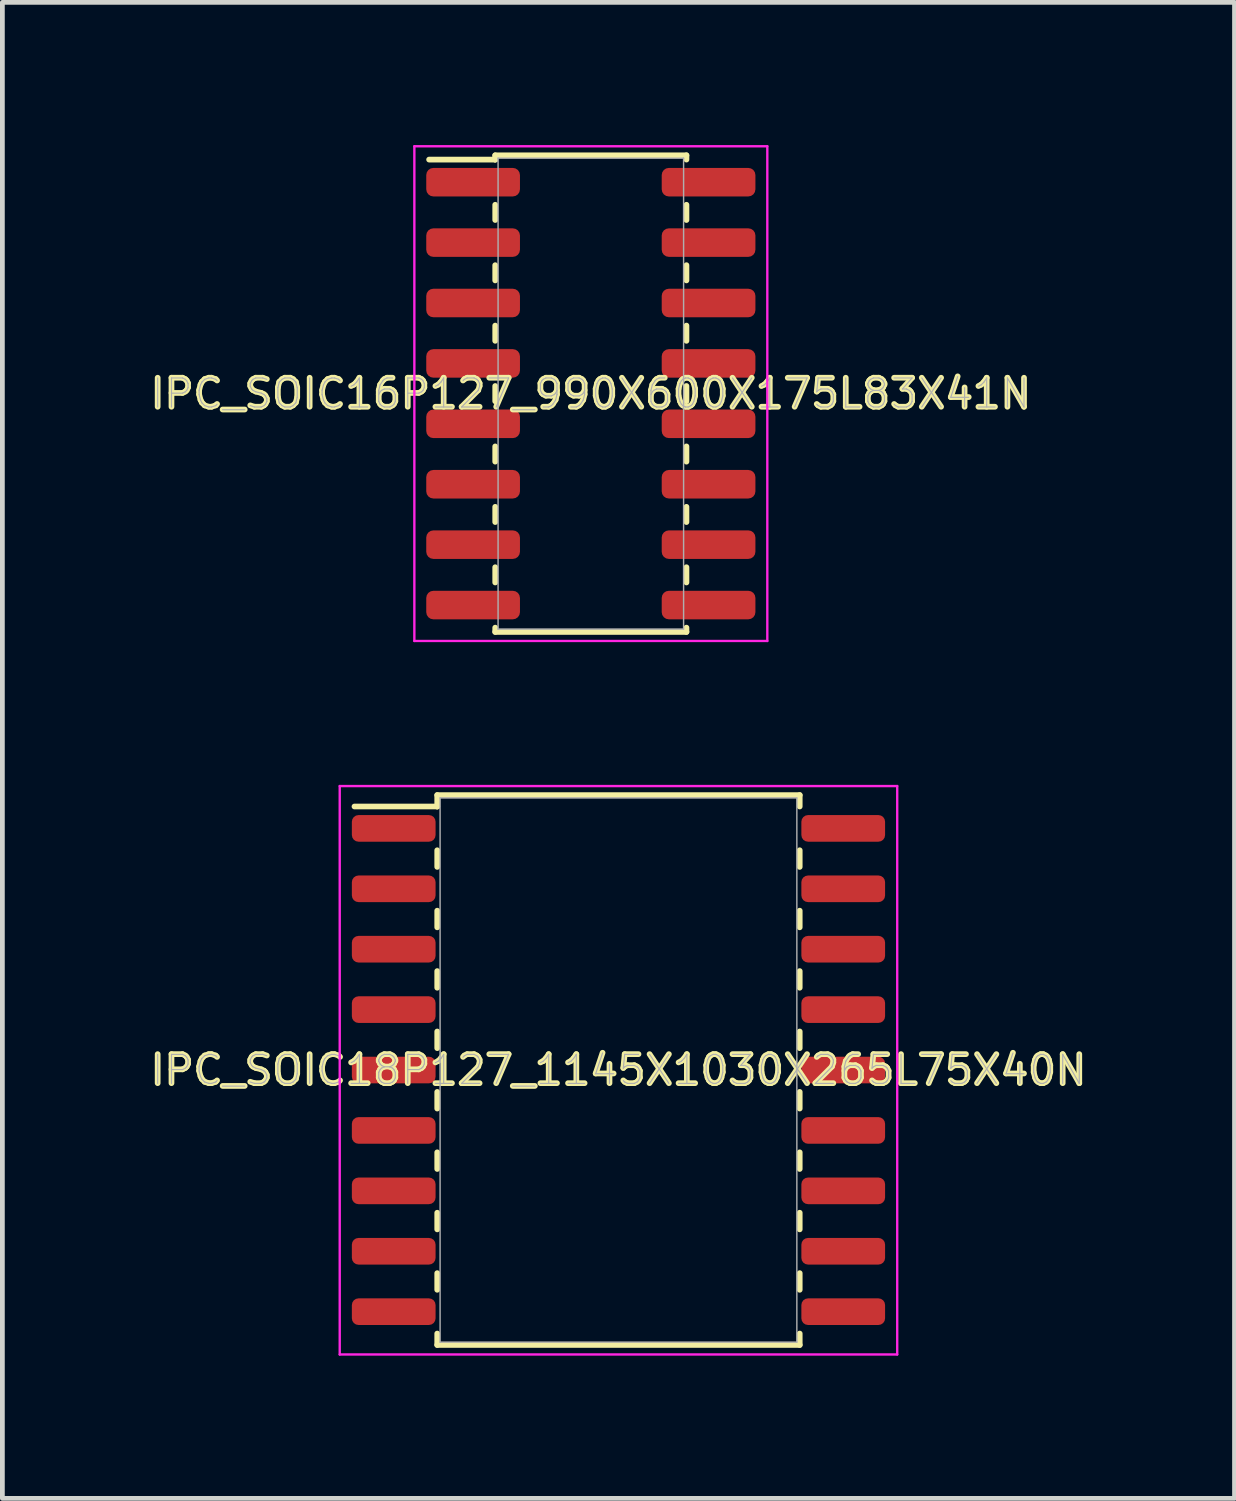
<source format=kicad_pcb>
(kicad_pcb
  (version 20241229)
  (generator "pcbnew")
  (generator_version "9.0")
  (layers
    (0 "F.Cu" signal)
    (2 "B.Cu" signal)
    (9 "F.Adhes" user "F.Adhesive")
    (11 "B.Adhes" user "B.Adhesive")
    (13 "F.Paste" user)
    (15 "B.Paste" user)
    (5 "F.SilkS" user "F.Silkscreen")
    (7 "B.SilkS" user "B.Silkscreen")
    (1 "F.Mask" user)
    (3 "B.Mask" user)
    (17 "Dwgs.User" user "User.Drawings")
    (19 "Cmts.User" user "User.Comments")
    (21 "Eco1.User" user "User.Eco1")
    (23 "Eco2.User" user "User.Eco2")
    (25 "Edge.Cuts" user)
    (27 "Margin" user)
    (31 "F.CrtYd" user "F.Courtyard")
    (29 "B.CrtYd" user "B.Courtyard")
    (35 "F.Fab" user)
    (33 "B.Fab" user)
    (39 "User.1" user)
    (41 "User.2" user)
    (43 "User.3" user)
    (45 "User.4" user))
  (footprint "IPC_SOIC18P127_1145X1030X265L75X40N"
    (layer "F.Cu")
    (at 9.952 19.445)
    (property "Reference" "IPC_SOIC18P127_1145X1030X265L75X40N" (at 0 0 0) (layer "F.SilkS") (effects (font (size 0.61 0.61) (thickness 0.12))))
    (attr smd)
    (fp_line (start -5.55 -5.54) (end -3.81 -5.54) (stroke (width 0.12) (type solid)) (layer "F.SilkS"))
    (fp_line (start -3.81 -5.78) (end 3.81 -5.78) (stroke (width 0.12) (type solid)) (layer "F.SilkS"))
    (fp_line (start -3.81 -5.54) (end -3.81 -5.78) (stroke (width 0.12) (type solid)) (layer "F.SilkS"))
    (fp_line (start -3.81 -5.54) (end -3.81 -5.54) (stroke (width 0.12) (type solid)) (layer "F.SilkS"))
    (fp_line (start -3.81 -4.27) (end -3.81 -4.62) (stroke (width 0.12) (type solid)) (layer "F.SilkS"))
    (fp_line (start -3.81 -3) (end -3.81 -3.35) (stroke (width 0.12) (type solid)) (layer "F.SilkS"))
    (fp_line (start -3.81 -1.73) (end -3.81 -2.08) (stroke (width 0.12) (type solid)) (layer "F.SilkS"))
    (fp_line (start -3.81 -0.46) (end -3.81 -0.81) (stroke (width 0.12) (type solid)) (layer "F.SilkS"))
    (fp_line (start -3.81 0.81) (end -3.81 0.46) (stroke (width 0.12) (type solid)) (layer "F.SilkS"))
    (fp_line (start -3.81 2.08) (end -3.81 1.73) (stroke (width 0.12) (type solid)) (layer "F.SilkS"))
    (fp_line (start -3.81 3.35) (end -3.81 3) (stroke (width 0.12) (type solid)) (layer "F.SilkS"))
    (fp_line (start -3.81 4.62) (end -3.81 4.27) (stroke (width 0.12) (type solid)) (layer "F.SilkS"))
    (fp_line (start -3.81 5.78) (end -3.81 5.54) (stroke (width 0.12) (type solid)) (layer "F.SilkS"))
    (fp_line (start 3.81 -5.78) (end 3.81 -5.54) (stroke (width 0.12) (type solid)) (layer "F.SilkS"))
    (fp_line (start 3.81 -4.62) (end 3.81 -4.27) (stroke (width 0.12) (type solid)) (layer "F.SilkS"))
    (fp_line (start 3.81 -3.35) (end 3.81 -3) (stroke (width 0.12) (type solid)) (layer "F.SilkS"))
    (fp_line (start 3.81 -2.08) (end 3.81 -1.73) (stroke (width 0.12) (type solid)) (layer "F.SilkS"))
    (fp_line (start 3.81 -0.81) (end 3.81 -0.46) (stroke (width 0.12) (type solid)) (layer "F.SilkS"))
    (fp_line (start 3.81 0.46) (end 3.81 0.81) (stroke (width 0.12) (type solid)) (layer "F.SilkS"))
    (fp_line (start 3.81 1.73) (end 3.81 2.08) (stroke (width 0.12) (type solid)) (layer "F.SilkS"))
    (fp_line (start 3.81 3) (end 3.81 3.35) (stroke (width 0.12) (type solid)) (layer "F.SilkS"))
    (fp_line (start 3.81 4.27) (end 3.81 4.62) (stroke (width 0.12) (type solid)) (layer "F.SilkS"))
    (fp_line (start 3.81 5.54) (end 3.81 5.78) (stroke (width 0.12) (type solid)) (layer "F.SilkS"))
    (fp_line (start 3.81 5.78) (end -3.81 5.78) (stroke (width 0.12) (type solid)) (layer "F.SilkS"))
    (fp_line (start -5.86 -5.97) (end 5.86 -5.97) (stroke (width 0.05) (type solid)) (layer "F.CrtYd"))
    (fp_line (start -5.86 5.98) (end -5.86 -5.97) (stroke (width 0.05) (type solid)) (layer "F.CrtYd"))
    (fp_line (start 5.86 -5.97) (end 5.86 5.98) (stroke (width 0.05) (type solid)) (layer "F.CrtYd"))
    (fp_line (start 5.86 5.98) (end -5.86 5.98) (stroke (width 0.05) (type solid)) (layer "F.CrtYd"))
    (fp_line (start -3.75 -5.72) (end 3.75 -5.72) (stroke (width 0.03) (type solid)) (layer "F.Fab"))
    (fp_line (start -3.75 5.72) (end -3.75 -5.72) (stroke (width 0.03) (type solid)) (layer "F.Fab"))
    (fp_line (start 3.75 -5.72) (end 3.75 5.72) (stroke (width 0.03) (type solid)) (layer "F.Fab"))
    (fp_line (start 3.75 5.72) (end -3.75 5.72) (stroke (width 0.03) (type solid)) (layer "F.Fab"))
    (fp_text user "${REFERENCE}" (at 0 0 0) (layer "F.Fab") (effects (font (size 0.61 0.61) (thickness 0.025))))
    (pad "1" smd roundrect (at -4.725 -5.08 270) (size 0.56 1.76) (layers "F.Cu" "F.Mask" "F.Paste") (roundrect_rratio 0.25))
    (pad "2" smd roundrect (at -4.725 -3.81 270) (size 0.56 1.76) (layers "F.Cu" "F.Mask" "F.Paste") (roundrect_rratio 0.25))
    (pad "3" smd roundrect (at -4.725 -2.54 270) (size 0.56 1.76) (layers "F.Cu" "F.Mask" "F.Paste") (roundrect_rratio 0.25))
    (pad "4" smd roundrect (at -4.725 -1.27 270) (size 0.56 1.76) (layers "F.Cu" "F.Mask" "F.Paste") (roundrect_rratio 0.25))
    (pad "5" smd roundrect (at -4.725 0 270) (size 0.56 1.76) (layers "F.Cu" "F.Mask" "F.Paste") (roundrect_rratio 0.25))
    (pad "6" smd roundrect (at -4.725 1.27 270) (size 0.56 1.76) (layers "F.Cu" "F.Mask" "F.Paste") (roundrect_rratio 0.25))
    (pad "7" smd roundrect (at -4.725 2.54 270) (size 0.56 1.76) (layers "F.Cu" "F.Mask" "F.Paste") (roundrect_rratio 0.25))
    (pad "8" smd roundrect (at -4.725 3.81 270) (size 0.56 1.76) (layers "F.Cu" "F.Mask" "F.Paste") (roundrect_rratio 0.25))
    (pad "9" smd roundrect (at -4.725 5.08 270) (size 0.56 1.76) (layers "F.Cu" "F.Mask" "F.Paste") (roundrect_rratio 0.25))
    (pad "10" smd roundrect (at 4.725 5.08 90) (size 0.56 1.76) (layers "F.Cu" "F.Mask" "F.Paste") (roundrect_rratio 0.25))
    (pad "11" smd roundrect (at 4.725 3.81 90) (size 0.56 1.76) (layers "F.Cu" "F.Mask" "F.Paste") (roundrect_rratio 0.25))
    (pad "12" smd roundrect (at 4.725 2.54 90) (size 0.56 1.76) (layers "F.Cu" "F.Mask" "F.Paste") (roundrect_rratio 0.25))
    (pad "13" smd roundrect (at 4.725 1.27 90) (size 0.56 1.76) (layers "F.Cu" "F.Mask" "F.Paste") (roundrect_rratio 0.25))
    (pad "14" smd roundrect (at 4.725 0 90) (size 0.56 1.76) (layers "F.Cu" "F.Mask" "F.Paste") (roundrect_rratio 0.25))
    (pad "15" smd roundrect (at 4.725 -1.27 90) (size 0.56 1.76) (layers "F.Cu" "F.Mask" "F.Paste") (roundrect_rratio 0.25))
    (pad "16" smd roundrect (at 4.725 -2.54 90) (size 0.56 1.76) (layers "F.Cu" "F.Mask" "F.Paste") (roundrect_rratio 0.25))
    (pad "17" smd roundrect (at 4.725 -3.81 90) (size 0.56 1.76) (layers "F.Cu" "F.Mask" "F.Paste") (roundrect_rratio 0.25))
    (pad "18" smd roundrect (at 4.725 -5.08 90) (size 0.56 1.76) (layers "F.Cu" "F.Mask" "F.Paste") (roundrect_rratio 0.25)))
  (footprint "IPC_SOIC16P127_990X600X175L83X41N"
    (layer "F.Cu")
    (at 9.371 5.225)
    (property "Reference" "IPC_SOIC16P127_990X600X175L83X41N" (at 0 0 0) (layer "F.SilkS") (effects (font (size 0.61 0.61) (thickness 0.12))))
    (attr smd)
    (fp_line (start -3.4 -4.92) (end -2.01 -4.92) (stroke (width 0.12) (type solid)) (layer "F.SilkS"))
    (fp_line (start -2.01 -5.01) (end 2.01 -5.01) (stroke (width 0.12) (type solid)) (layer "F.SilkS"))
    (fp_line (start -2.01 -4.92) (end -2.01 -5.01) (stroke (width 0.12) (type solid)) (layer "F.SilkS"))
    (fp_line (start -2.01 -4.92) (end -2.01 -4.92) (stroke (width 0.12) (type solid)) (layer "F.SilkS"))
    (fp_line (start -2.01 -3.65) (end -2.01 -3.97) (stroke (width 0.12) (type solid)) (layer "F.SilkS"))
    (fp_line (start -2.01 -2.38) (end -2.01 -2.7) (stroke (width 0.12) (type solid)) (layer "F.SilkS"))
    (fp_line (start -2.01 -1.11) (end -2.01 -1.43) (stroke (width 0.12) (type solid)) (layer "F.SilkS"))
    (fp_line (start -2.01 0.16) (end -2.01 -0.16) (stroke (width 0.12) (type solid)) (layer "F.SilkS"))
    (fp_line (start -2.01 1.43) (end -2.01 1.11) (stroke (width 0.12) (type solid)) (layer "F.SilkS"))
    (fp_line (start -2.01 2.7) (end -2.01 2.38) (stroke (width 0.12) (type solid)) (layer "F.SilkS"))
    (fp_line (start -2.01 3.97) (end -2.01 3.65) (stroke (width 0.12) (type solid)) (layer "F.SilkS"))
    (fp_line (start -2.01 5.01) (end -2.01 4.92) (stroke (width 0.12) (type solid)) (layer "F.SilkS"))
    (fp_line (start 2.01 -5.01) (end 2.01 -4.92) (stroke (width 0.12) (type solid)) (layer "F.SilkS"))
    (fp_line (start 2.01 -3.97) (end 2.01 -3.65) (stroke (width 0.12) (type solid)) (layer "F.SilkS"))
    (fp_line (start 2.01 -2.7) (end 2.01 -2.38) (stroke (width 0.12) (type solid)) (layer "F.SilkS"))
    (fp_line (start 2.01 -1.43) (end 2.01 -1.11) (stroke (width 0.12) (type solid)) (layer "F.SilkS"))
    (fp_line (start 2.01 -0.16) (end 2.01 0.16) (stroke (width 0.12) (type solid)) (layer "F.SilkS"))
    (fp_line (start 2.01 1.11) (end 2.01 1.43) (stroke (width 0.12) (type solid)) (layer "F.SilkS"))
    (fp_line (start 2.01 2.38) (end 2.01 2.7) (stroke (width 0.12) (type solid)) (layer "F.SilkS"))
    (fp_line (start 2.01 3.65) (end 2.01 3.97) (stroke (width 0.12) (type solid)) (layer "F.SilkS"))
    (fp_line (start 2.01 4.92) (end 2.01 5.01) (stroke (width 0.12) (type solid)) (layer "F.SilkS"))
    (fp_line (start 2.01 5.01) (end -2.01 5.01) (stroke (width 0.12) (type solid)) (layer "F.SilkS"))
    (fp_line (start -3.71 -5.2) (end 3.71 -5.2) (stroke (width 0.05) (type solid)) (layer "F.CrtYd"))
    (fp_line (start -3.71 5.2) (end -3.71 -5.2) (stroke (width 0.05) (type solid)) (layer "F.CrtYd"))
    (fp_line (start 3.71 -5.2) (end 3.71 5.2) (stroke (width 0.05) (type solid)) (layer "F.CrtYd"))
    (fp_line (start 3.71 5.2) (end -3.71 5.2) (stroke (width 0.05) (type solid)) (layer "F.CrtYd"))
    (fp_line (start -1.95 -4.95) (end 1.95 -4.95) (stroke (width 0.03) (type solid)) (layer "F.Fab"))
    (fp_line (start -1.95 4.95) (end -1.95 -4.95) (stroke (width 0.03) (type solid)) (layer "F.Fab"))
    (fp_line (start 1.95 -4.95) (end 1.95 4.95) (stroke (width 0.03) (type solid)) (layer "F.Fab"))
    (fp_line (start 1.95 4.95) (end -1.95 4.95) (stroke (width 0.03) (type solid)) (layer "F.Fab"))
    (fp_text user "${REFERENCE}" (at 0 0 0) (layer "F.Fab") (effects (font (size 0.61 0.61) (thickness 0.025))))
    (pad "1" smd roundrect (at -2.475 -4.445 270) (size 0.6 1.97) (layers "F.Cu" "F.Mask" "F.Paste") (roundrect_rratio 0.25))
    (pad "2" smd roundrect (at -2.475 -3.175 270) (size 0.6 1.97) (layers "F.Cu" "F.Mask" "F.Paste") (roundrect_rratio 0.25))
    (pad "3" smd roundrect (at -2.475 -1.905 270) (size 0.6 1.97) (layers "F.Cu" "F.Mask" "F.Paste") (roundrect_rratio 0.25))
    (pad "4" smd roundrect (at -2.475 -0.635 270) (size 0.6 1.97) (layers "F.Cu" "F.Mask" "F.Paste") (roundrect_rratio 0.25))
    (pad "5" smd roundrect (at -2.475 0.635 270) (size 0.6 1.97) (layers "F.Cu" "F.Mask" "F.Paste") (roundrect_rratio 0.25))
    (pad "6" smd roundrect (at -2.475 1.905 270) (size 0.6 1.97) (layers "F.Cu" "F.Mask" "F.Paste") (roundrect_rratio 0.25))
    (pad "7" smd roundrect (at -2.475 3.175 270) (size 0.6 1.97) (layers "F.Cu" "F.Mask" "F.Paste") (roundrect_rratio 0.25))
    (pad "8" smd roundrect (at -2.475 4.445 270) (size 0.6 1.97) (layers "F.Cu" "F.Mask" "F.Paste") (roundrect_rratio 0.25))
    (pad "9" smd roundrect (at 2.475 4.445 90) (size 0.6 1.97) (layers "F.Cu" "F.Mask" "F.Paste") (roundrect_rratio 0.25))
    (pad "10" smd roundrect (at 2.475 3.175 90) (size 0.6 1.97) (layers "F.Cu" "F.Mask" "F.Paste") (roundrect_rratio 0.25))
    (pad "11" smd roundrect (at 2.475 1.905 90) (size 0.6 1.97) (layers "F.Cu" "F.Mask" "F.Paste") (roundrect_rratio 0.25))
    (pad "12" smd roundrect (at 2.475 0.635 90) (size 0.6 1.97) (layers "F.Cu" "F.Mask" "F.Paste") (roundrect_rratio 0.25))
    (pad "13" smd roundrect (at 2.475 -0.635 90) (size 0.6 1.97) (layers "F.Cu" "F.Mask" "F.Paste") (roundrect_rratio 0.25))
    (pad "14" smd roundrect (at 2.475 -1.905 90) (size 0.6 1.97) (layers "F.Cu" "F.Mask" "F.Paste") (roundrect_rratio 0.25))
    (pad "15" smd roundrect (at 2.475 -3.175 90) (size 0.6 1.97) (layers "F.Cu" "F.Mask" "F.Paste") (roundrect_rratio 0.25))
    (pad "16" smd roundrect (at 2.475 -4.445 90) (size 0.6 1.97) (layers "F.Cu" "F.Mask" "F.Paste") (roundrect_rratio 0.25)))
  (gr_rect
    (start -3 -3)
    (end 22.903 28.45)
    (stroke (width 0.1) (type default))
    (fill no)
    (layer "Edge.Cuts")))
</source>
